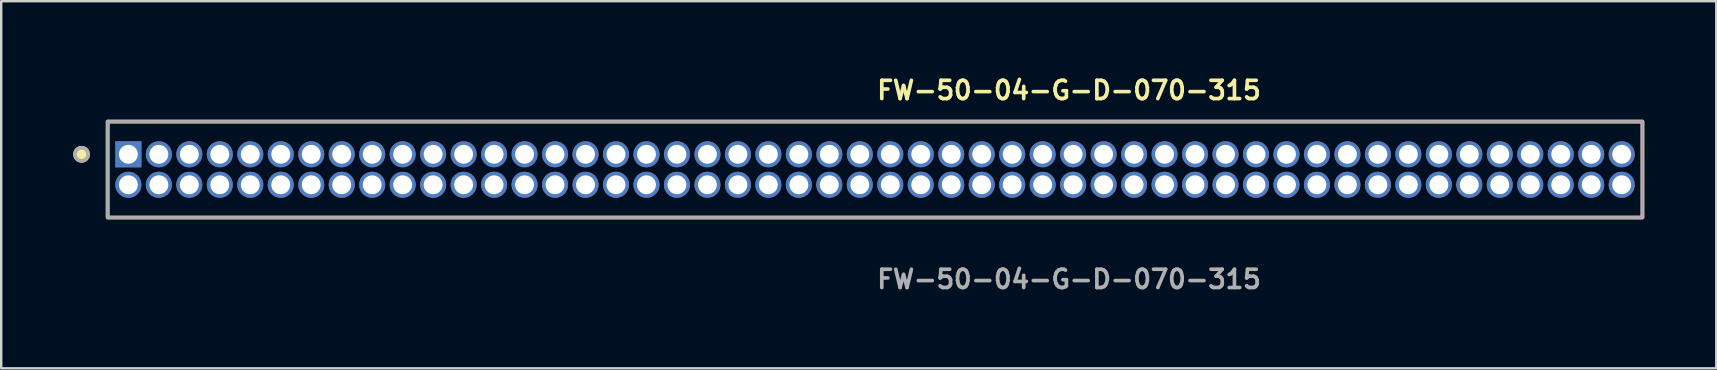
<source format=kicad_pcb>
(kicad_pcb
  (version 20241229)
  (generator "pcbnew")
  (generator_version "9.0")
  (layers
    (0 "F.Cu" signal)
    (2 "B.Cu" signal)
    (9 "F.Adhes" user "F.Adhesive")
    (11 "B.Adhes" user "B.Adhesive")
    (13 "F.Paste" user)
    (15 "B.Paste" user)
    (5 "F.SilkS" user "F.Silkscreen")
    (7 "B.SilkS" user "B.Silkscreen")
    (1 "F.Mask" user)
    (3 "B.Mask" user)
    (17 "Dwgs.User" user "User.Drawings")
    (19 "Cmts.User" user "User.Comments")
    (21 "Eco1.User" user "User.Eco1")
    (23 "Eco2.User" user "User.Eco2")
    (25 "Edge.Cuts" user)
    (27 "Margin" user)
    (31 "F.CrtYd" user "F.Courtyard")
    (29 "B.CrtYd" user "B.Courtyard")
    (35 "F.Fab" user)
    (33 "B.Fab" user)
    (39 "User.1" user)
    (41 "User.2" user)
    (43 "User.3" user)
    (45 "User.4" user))
  (footprint "FW-50-04-G-D-070-315"
    (layer "F.Cu")
    (at 33.415 4.015)
    (property "Reference" "FW-50-04-G-D-070-315" (at 0 -3.302 0) (unlocked yes) (layer "F.SilkS") (effects (font (size 0.762 0.762) (thickness 0.152)) (justify left)))
    (fp_rect (start -31.98 2) (end 31.98 -2) (stroke (width 0.152) (type solid)) (fill no) (layer "F.SilkS"))
    (fp_circle (center -33.067 -0.635) (end -33.339 -0.635) (stroke (width 0.152) (type solid)) (fill yes) (layer "F.SilkS"))
    (fp_rect (start -31.98 2) (end 31.98 -2) (stroke (width 0.006) (type solid)) (fill no) (layer "F.CrtYd"))
    (fp_rect (start -31.98 2) (end 31.98 -2) (stroke (width 0.152) (type solid)) (fill no) (layer "F.Fab"))
    (fp_circle (center -33.067 -0.635) (end -33.339 -0.635) (stroke (width 0.152) (type solid)) (fill no) (layer "F.Fab"))
    (fp_text user "${REFERENCE}" (at 0 4.572 0) (unlocked yes) (layer "F.Fab") (effects (font (size 0.762 0.762) (thickness 0.152)) (justify left)))
    (pad "1" thru_hole rect (at -31.115 -0.635) (size 1.087 1.087) (drill 0.787) (layers "*.Cu" "*.Mask"))
    (pad "2" thru_hole circle (at -31.115 0.635) (size 1.087 1.087) (drill 0.787) (layers "*.Cu" "*.Mask"))
    (pad "3" thru_hole circle (at -29.845 -0.635) (size 1.087 1.087) (drill 0.787) (layers "*.Cu" "*.Mask"))
    (pad "4" thru_hole circle (at -29.845 0.635) (size 1.087 1.087) (drill 0.787) (layers "*.Cu" "*.Mask"))
    (pad "5" thru_hole circle (at -28.575 -0.635) (size 1.087 1.087) (drill 0.787) (layers "*.Cu" "*.Mask"))
    (pad "6" thru_hole circle (at -28.575 0.635) (size 1.087 1.087) (drill 0.787) (layers "*.Cu" "*.Mask"))
    (pad "7" thru_hole circle (at -27.305 -0.635) (size 1.087 1.087) (drill 0.787) (layers "*.Cu" "*.Mask"))
    (pad "8" thru_hole circle (at -27.305 0.635) (size 1.087 1.087) (drill 0.787) (layers "*.Cu" "*.Mask"))
    (pad "9" thru_hole circle (at -26.035 -0.635) (size 1.087 1.087) (drill 0.787) (layers "*.Cu" "*.Mask"))
    (pad "10" thru_hole circle (at -26.035 0.635) (size 1.087 1.087) (drill 0.787) (layers "*.Cu" "*.Mask"))
    (pad "11" thru_hole circle (at -24.765 -0.635) (size 1.087 1.087) (drill 0.787) (layers "*.Cu" "*.Mask"))
    (pad "12" thru_hole circle (at -24.765 0.635) (size 1.087 1.087) (drill 0.787) (layers "*.Cu" "*.Mask"))
    (pad "13" thru_hole circle (at -23.495 -0.635) (size 1.087 1.087) (drill 0.787) (layers "*.Cu" "*.Mask"))
    (pad "14" thru_hole circle (at -23.495 0.635) (size 1.087 1.087) (drill 0.787) (layers "*.Cu" "*.Mask"))
    (pad "15" thru_hole circle (at -22.225 -0.635) (size 1.087 1.087) (drill 0.787) (layers "*.Cu" "*.Mask"))
    (pad "16" thru_hole circle (at -22.225 0.635) (size 1.087 1.087) (drill 0.787) (layers "*.Cu" "*.Mask"))
    (pad "17" thru_hole circle (at -20.955 -0.635) (size 1.087 1.087) (drill 0.787) (layers "*.Cu" "*.Mask"))
    (pad "18" thru_hole circle (at -20.955 0.635) (size 1.087 1.087) (drill 0.787) (layers "*.Cu" "*.Mask"))
    (pad "19" thru_hole circle (at -19.685 -0.635) (size 1.087 1.087) (drill 0.787) (layers "*.Cu" "*.Mask"))
    (pad "20" thru_hole circle (at -19.685 0.635) (size 1.087 1.087) (drill 0.787) (layers "*.Cu" "*.Mask"))
    (pad "21" thru_hole circle (at -18.415 -0.635) (size 1.087 1.087) (drill 0.787) (layers "*.Cu" "*.Mask"))
    (pad "22" thru_hole circle (at -18.415 0.635) (size 1.087 1.087) (drill 0.787) (layers "*.Cu" "*.Mask"))
    (pad "23" thru_hole circle (at -17.145 -0.635) (size 1.087 1.087) (drill 0.787) (layers "*.Cu" "*.Mask"))
    (pad "24" thru_hole circle (at -17.145 0.635) (size 1.087 1.087) (drill 0.787) (layers "*.Cu" "*.Mask"))
    (pad "25" thru_hole circle (at -15.875 -0.635) (size 1.087 1.087) (drill 0.787) (layers "*.Cu" "*.Mask"))
    (pad "26" thru_hole circle (at -15.875 0.635) (size 1.087 1.087) (drill 0.787) (layers "*.Cu" "*.Mask"))
    (pad "27" thru_hole circle (at -14.605 -0.635) (size 1.087 1.087) (drill 0.787) (layers "*.Cu" "*.Mask"))
    (pad "28" thru_hole circle (at -14.605 0.635) (size 1.087 1.087) (drill 0.787) (layers "*.Cu" "*.Mask"))
    (pad "29" thru_hole circle (at -13.335 -0.635) (size 1.087 1.087) (drill 0.787) (layers "*.Cu" "*.Mask"))
    (pad "30" thru_hole circle (at -13.335 0.635) (size 1.087 1.087) (drill 0.787) (layers "*.Cu" "*.Mask"))
    (pad "31" thru_hole circle (at -12.065 -0.635) (size 1.087 1.087) (drill 0.787) (layers "*.Cu" "*.Mask"))
    (pad "32" thru_hole circle (at -12.065 0.635) (size 1.087 1.087) (drill 0.787) (layers "*.Cu" "*.Mask"))
    (pad "33" thru_hole circle (at -10.795 -0.635) (size 1.087 1.087) (drill 0.787) (layers "*.Cu" "*.Mask"))
    (pad "34" thru_hole circle (at -10.795 0.635) (size 1.087 1.087) (drill 0.787) (layers "*.Cu" "*.Mask"))
    (pad "35" thru_hole circle (at -9.525 -0.635) (size 1.087 1.087) (drill 0.787) (layers "*.Cu" "*.Mask"))
    (pad "36" thru_hole circle (at -9.525 0.635) (size 1.087 1.087) (drill 0.787) (layers "*.Cu" "*.Mask"))
    (pad "37" thru_hole circle (at -8.255 -0.635) (size 1.087 1.087) (drill 0.787) (layers "*.Cu" "*.Mask"))
    (pad "38" thru_hole circle (at -8.255 0.635) (size 1.087 1.087) (drill 0.787) (layers "*.Cu" "*.Mask"))
    (pad "39" thru_hole circle (at -6.985 -0.635) (size 1.087 1.087) (drill 0.787) (layers "*.Cu" "*.Mask"))
    (pad "40" thru_hole circle (at -6.985 0.635) (size 1.087 1.087) (drill 0.787) (layers "*.Cu" "*.Mask"))
    (pad "41" thru_hole circle (at -5.715 -0.635) (size 1.087 1.087) (drill 0.787) (layers "*.Cu" "*.Mask"))
    (pad "42" thru_hole circle (at -5.715 0.635) (size 1.087 1.087) (drill 0.787) (layers "*.Cu" "*.Mask"))
    (pad "43" thru_hole circle (at -4.445 -0.635) (size 1.087 1.087) (drill 0.787) (layers "*.Cu" "*.Mask"))
    (pad "44" thru_hole circle (at -4.445 0.635) (size 1.087 1.087) (drill 0.787) (layers "*.Cu" "*.Mask"))
    (pad "45" thru_hole circle (at -3.175 -0.635) (size 1.087 1.087) (drill 0.787) (layers "*.Cu" "*.Mask"))
    (pad "46" thru_hole circle (at -3.175 0.635) (size 1.087 1.087) (drill 0.787) (layers "*.Cu" "*.Mask"))
    (pad "47" thru_hole circle (at -1.905 -0.635) (size 1.087 1.087) (drill 0.787) (layers "*.Cu" "*.Mask"))
    (pad "48" thru_hole circle (at -1.905 0.635) (size 1.087 1.087) (drill 0.787) (layers "*.Cu" "*.Mask"))
    (pad "49" thru_hole circle (at -0.635 -0.635) (size 1.087 1.087) (drill 0.787) (layers "*.Cu" "*.Mask"))
    (pad "50" thru_hole circle (at -0.635 0.635) (size 1.087 1.087) (drill 0.787) (layers "*.Cu" "*.Mask"))
    (pad "51" thru_hole circle (at 0.635 -0.635) (size 1.087 1.087) (drill 0.787) (layers "*.Cu" "*.Mask"))
    (pad "52" thru_hole circle (at 0.635 0.635) (size 1.087 1.087) (drill 0.787) (layers "*.Cu" "*.Mask"))
    (pad "53" thru_hole circle (at 1.905 -0.635) (size 1.087 1.087) (drill 0.787) (layers "*.Cu" "*.Mask"))
    (pad "54" thru_hole circle (at 1.905 0.635) (size 1.087 1.087) (drill 0.787) (layers "*.Cu" "*.Mask"))
    (pad "55" thru_hole circle (at 3.175 -0.635) (size 1.087 1.087) (drill 0.787) (layers "*.Cu" "*.Mask"))
    (pad "56" thru_hole circle (at 3.175 0.635) (size 1.087 1.087) (drill 0.787) (layers "*.Cu" "*.Mask"))
    (pad "57" thru_hole circle (at 4.445 -0.635) (size 1.087 1.087) (drill 0.787) (layers "*.Cu" "*.Mask"))
    (pad "58" thru_hole circle (at 4.445 0.635) (size 1.087 1.087) (drill 0.787) (layers "*.Cu" "*.Mask"))
    (pad "59" thru_hole circle (at 5.715 -0.635) (size 1.087 1.087) (drill 0.787) (layers "*.Cu" "*.Mask"))
    (pad "60" thru_hole circle (at 5.715 0.635) (size 1.087 1.087) (drill 0.787) (layers "*.Cu" "*.Mask"))
    (pad "61" thru_hole circle (at 6.985 -0.635) (size 1.087 1.087) (drill 0.787) (layers "*.Cu" "*.Mask"))
    (pad "62" thru_hole circle (at 6.985 0.635) (size 1.087 1.087) (drill 0.787) (layers "*.Cu" "*.Mask"))
    (pad "63" thru_hole circle (at 8.255 -0.635) (size 1.087 1.087) (drill 0.787) (layers "*.Cu" "*.Mask"))
    (pad "64" thru_hole circle (at 8.255 0.635) (size 1.087 1.087) (drill 0.787) (layers "*.Cu" "*.Mask"))
    (pad "65" thru_hole circle (at 9.525 -0.635) (size 1.087 1.087) (drill 0.787) (layers "*.Cu" "*.Mask"))
    (pad "66" thru_hole circle (at 9.525 0.635) (size 1.087 1.087) (drill 0.787) (layers "*.Cu" "*.Mask"))
    (pad "67" thru_hole circle (at 10.795 -0.635) (size 1.087 1.087) (drill 0.787) (layers "*.Cu" "*.Mask"))
    (pad "68" thru_hole circle (at 10.795 0.635) (size 1.087 1.087) (drill 0.787) (layers "*.Cu" "*.Mask"))
    (pad "69" thru_hole circle (at 12.065 -0.635) (size 1.087 1.087) (drill 0.787) (layers "*.Cu" "*.Mask"))
    (pad "70" thru_hole circle (at 12.065 0.635) (size 1.087 1.087) (drill 0.787) (layers "*.Cu" "*.Mask"))
    (pad "71" thru_hole circle (at 13.335 -0.635) (size 1.087 1.087) (drill 0.787) (layers "*.Cu" "*.Mask"))
    (pad "72" thru_hole circle (at 13.335 0.635) (size 1.087 1.087) (drill 0.787) (layers "*.Cu" "*.Mask"))
    (pad "73" thru_hole circle (at 14.605 -0.635) (size 1.087 1.087) (drill 0.787) (layers "*.Cu" "*.Mask"))
    (pad "74" thru_hole circle (at 14.605 0.635) (size 1.087 1.087) (drill 0.787) (layers "*.Cu" "*.Mask"))
    (pad "75" thru_hole circle (at 15.875 -0.635) (size 1.087 1.087) (drill 0.787) (layers "*.Cu" "*.Mask"))
    (pad "76" thru_hole circle (at 15.875 0.635) (size 1.087 1.087) (drill 0.787) (layers "*.Cu" "*.Mask"))
    (pad "77" thru_hole circle (at 17.145 -0.635) (size 1.087 1.087) (drill 0.787) (layers "*.Cu" "*.Mask"))
    (pad "78" thru_hole circle (at 17.145 0.635) (size 1.087 1.087) (drill 0.787) (layers "*.Cu" "*.Mask"))
    (pad "79" thru_hole circle (at 18.415 -0.635) (size 1.087 1.087) (drill 0.787) (layers "*.Cu" "*.Mask"))
    (pad "80" thru_hole circle (at 18.415 0.635) (size 1.087 1.087) (drill 0.787) (layers "*.Cu" "*.Mask"))
    (pad "81" thru_hole circle (at 19.685 -0.635) (size 1.087 1.087) (drill 0.787) (layers "*.Cu" "*.Mask"))
    (pad "82" thru_hole circle (at 19.685 0.635) (size 1.087 1.087) (drill 0.787) (layers "*.Cu" "*.Mask"))
    (pad "83" thru_hole circle (at 20.955 -0.635) (size 1.087 1.087) (drill 0.787) (layers "*.Cu" "*.Mask"))
    (pad "84" thru_hole circle (at 20.955 0.635) (size 1.087 1.087) (drill 0.787) (layers "*.Cu" "*.Mask"))
    (pad "85" thru_hole circle (at 22.225 -0.635) (size 1.087 1.087) (drill 0.787) (layers "*.Cu" "*.Mask"))
    (pad "86" thru_hole circle (at 22.225 0.635) (size 1.087 1.087) (drill 0.787) (layers "*.Cu" "*.Mask"))
    (pad "87" thru_hole circle (at 23.495 -0.635) (size 1.087 1.087) (drill 0.787) (layers "*.Cu" "*.Mask"))
    (pad "88" thru_hole circle (at 23.495 0.635) (size 1.087 1.087) (drill 0.787) (layers "*.Cu" "*.Mask"))
    (pad "89" thru_hole circle (at 24.765 -0.635) (size 1.087 1.087) (drill 0.787) (layers "*.Cu" "*.Mask"))
    (pad "90" thru_hole circle (at 24.765 0.635) (size 1.087 1.087) (drill 0.787) (layers "*.Cu" "*.Mask"))
    (pad "91" thru_hole circle (at 26.035 -0.635) (size 1.087 1.087) (drill 0.787) (layers "*.Cu" "*.Mask"))
    (pad "92" thru_hole circle (at 26.035 0.635) (size 1.087 1.087) (drill 0.787) (layers "*.Cu" "*.Mask"))
    (pad "93" thru_hole circle (at 27.305 -0.635) (size 1.087 1.087) (drill 0.787) (layers "*.Cu" "*.Mask"))
    (pad "94" thru_hole circle (at 27.305 0.635) (size 1.087 1.087) (drill 0.787) (layers "*.Cu" "*.Mask"))
    (pad "95" thru_hole circle (at 28.575 -0.635) (size 1.087 1.087) (drill 0.787) (layers "*.Cu" "*.Mask"))
    (pad "96" thru_hole circle (at 28.575 0.635) (size 1.087 1.087) (drill 0.787) (layers "*.Cu" "*.Mask"))
    (pad "97" thru_hole circle (at 29.845 -0.635) (size 1.087 1.087) (drill 0.787) (layers "*.Cu" "*.Mask"))
    (pad "98" thru_hole circle (at 29.845 0.635) (size 1.087 1.087) (drill 0.787) (layers "*.Cu" "*.Mask"))
    (pad "99" thru_hole circle (at 31.115 -0.635) (size 1.087 1.087) (drill 0.787) (layers "*.Cu" "*.Mask"))
    (pad "100" thru_hole circle (at 31.115 0.635) (size 1.087 1.087) (drill 0.787) (layers "*.Cu" "*.Mask")))
  (gr_rect
    (start -3 -3)
    (end 68.472 12.3)
    (stroke (width 0.1) (type default))
    (fill no)
    (layer "Edge.Cuts")))
</source>
